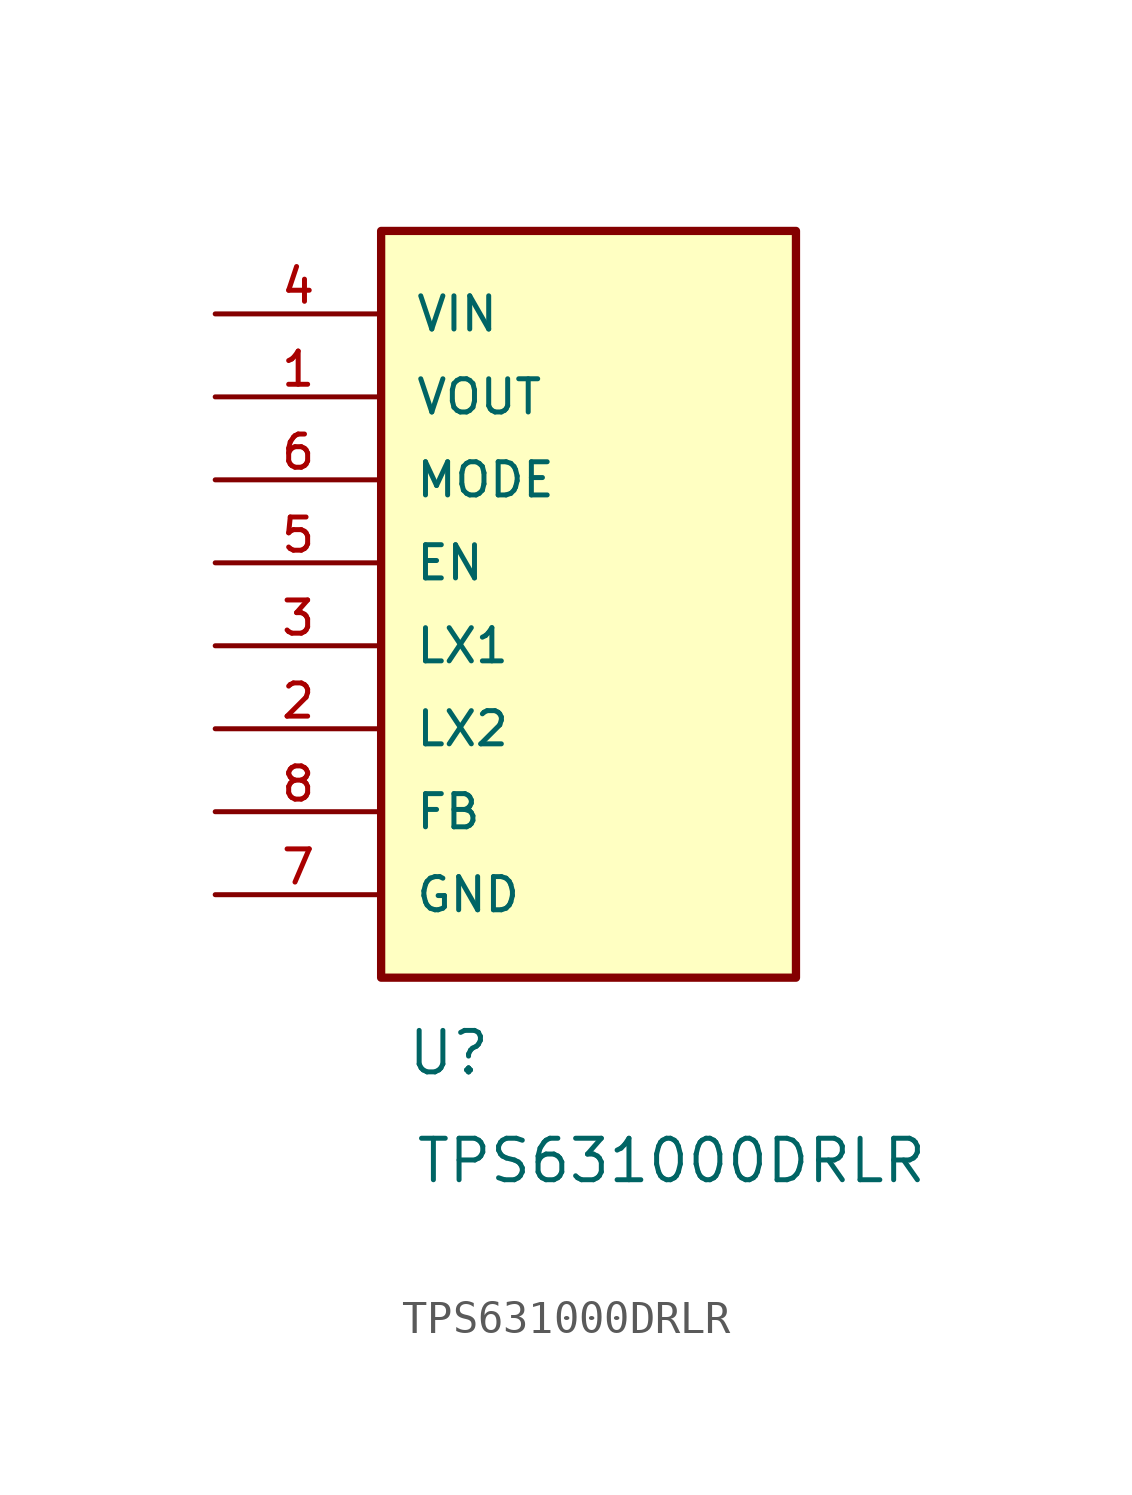
<source format=kicad_sym>
(kicad_symbol_lib
  (version 20241209)
  (generator "kicad_symbol_editor")
  (generator_version "9.0")
  (symbol "TPS631000DRLR"
    (pin_names
      (offset 1.016))
    (property "Reference" "U"
      (at 0.762 -3.048 0)
      (effects (font (size 1.27 1.27)) (justify left bottom)))
    (property "Value" "TPS631000DRLR"
      (at 1.016 -6.35 0)
      (effects (font (size 1.27 1.27)) (justify left bottom)))
    (symbol "TPS631000DRLR_0_0"
      (rectangle (start 0 22.86) (end 12.7 0) (stroke (width 0.254) (type default)) (fill (type background)))
      (pin input line (at -5.08 20.32 0) (length 5.08) (name "VIN" (effects (font (size 1.016 1.016)))) (number "4" (effects (font (size 1.016 1.016)))))
      (pin output line (at -5.08 17.78 0) (length 5.08) (name "VOUT" (effects (font (size 1.016 1.016)))) (number "1" (effects (font (size 1.016 1.016)))))
      (pin input line (at -5.08 15.24 0) (length 5.08) (name "MODE" (effects (font (size 1.016 1.016)))) (number "6" (effects (font (size 1.016 1.016)))))
      (pin input line (at -5.08 12.7 0) (length 5.08) (name "EN" (effects (font (size 1.016 1.016)))) (number "5" (effects (font (size 1.016 1.016)))))
      (pin output line (at -5.08 10.16 0) (length 5.08) (name "LX1" (effects (font (size 1.016 1.016)))) (number "3" (effects (font (size 1.016 1.016)))))
      (pin output line (at -5.08 7.62 0) (length 5.08) (name "LX2" (effects (font (size 1.016 1.016)))) (number "2" (effects (font (size 1.016 1.016)))))
      (pin input line (at -5.08 5.08 0) (length 5.08) (name "FB" (effects (font (size 1.016 1.016)))) (number "8" (effects (font (size 1.016 1.016)))))
      (pin power_in line (at -5.08 2.54 0) (length 5.08) (name "GND" (effects (font (size 1.016 1.016)))) (number "7" (effects (font (size 1.016 1.016))))))))
</source>
